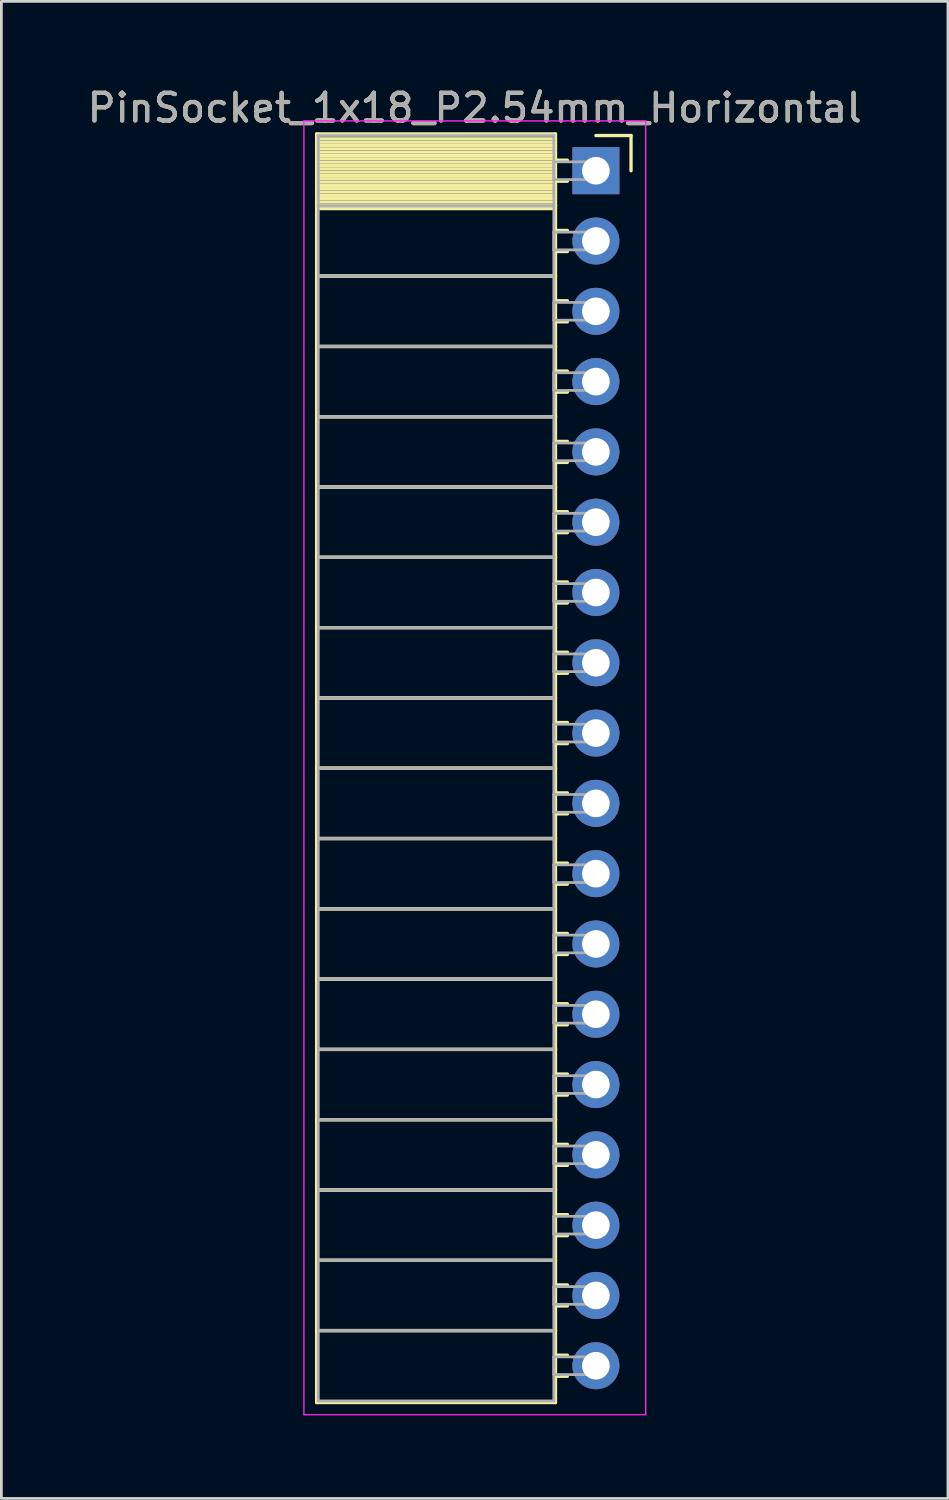
<source format=kicad_pcb>
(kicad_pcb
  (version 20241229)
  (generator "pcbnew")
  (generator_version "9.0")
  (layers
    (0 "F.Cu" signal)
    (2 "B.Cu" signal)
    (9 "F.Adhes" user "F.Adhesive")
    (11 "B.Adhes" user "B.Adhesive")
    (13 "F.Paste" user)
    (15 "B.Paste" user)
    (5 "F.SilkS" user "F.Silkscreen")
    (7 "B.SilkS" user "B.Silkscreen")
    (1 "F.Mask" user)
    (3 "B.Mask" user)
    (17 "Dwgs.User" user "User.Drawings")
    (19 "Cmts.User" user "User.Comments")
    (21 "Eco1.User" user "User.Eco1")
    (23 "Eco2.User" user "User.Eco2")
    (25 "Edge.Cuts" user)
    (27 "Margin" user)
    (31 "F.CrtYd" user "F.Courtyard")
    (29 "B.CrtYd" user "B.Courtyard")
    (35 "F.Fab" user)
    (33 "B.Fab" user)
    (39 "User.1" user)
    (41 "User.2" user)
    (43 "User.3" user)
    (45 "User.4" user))
  (footprint "PinSocket_1x18_P2.54mm_Horizontal"
    (layer "F.Cu")
    (at 18.481 3.118)
    (property "Reference" "PinSocket_1x18_P2.54mm_Horizontal" (at -4.38 -2.27 0) (layer "F.SilkS") (effects (font (size 1 1) (thickness 0.15))))
    (attr through_hole)
    (fp_line (start -10.09 -1.33) (end -1.46 -1.33) (stroke (width 0.12) (type solid)) (layer "F.SilkS"))
    (fp_line (start -10.09 1.27) (end -10.09 -1.33) (stroke (width 0.12) (type solid)) (layer "F.SilkS"))
    (fp_line (start -10.09 1.27) (end -1.46 1.27) (stroke (width 0.12) (type solid)) (layer "F.SilkS"))
    (fp_line (start -10.09 3.81) (end -10.09 1.27) (stroke (width 0.12) (type solid)) (layer "F.SilkS"))
    (fp_line (start -10.09 3.81) (end -1.46 3.81) (stroke (width 0.12) (type solid)) (layer "F.SilkS"))
    (fp_line (start -10.09 6.35) (end -10.09 3.81) (stroke (width 0.12) (type solid)) (layer "F.SilkS"))
    (fp_line (start -10.09 6.35) (end -1.46 6.35) (stroke (width 0.12) (type solid)) (layer "F.SilkS"))
    (fp_line (start -10.09 8.89) (end -10.09 6.35) (stroke (width 0.12) (type solid)) (layer "F.SilkS"))
    (fp_line (start -10.09 8.89) (end -1.46 8.89) (stroke (width 0.12) (type solid)) (layer "F.SilkS"))
    (fp_line (start -10.09 11.43) (end -10.09 8.89) (stroke (width 0.12) (type solid)) (layer "F.SilkS"))
    (fp_line (start -10.09 11.43) (end -1.46 11.43) (stroke (width 0.12) (type solid)) (layer "F.SilkS"))
    (fp_line (start -10.09 13.97) (end -10.09 11.43) (stroke (width 0.12) (type solid)) (layer "F.SilkS"))
    (fp_line (start -10.09 13.97) (end -1.46 13.97) (stroke (width 0.12) (type solid)) (layer "F.SilkS"))
    (fp_line (start -10.09 16.51) (end -10.09 13.97) (stroke (width 0.12) (type solid)) (layer "F.SilkS"))
    (fp_line (start -10.09 16.51) (end -1.46 16.51) (stroke (width 0.12) (type solid)) (layer "F.SilkS"))
    (fp_line (start -10.09 19.05) (end -10.09 16.51) (stroke (width 0.12) (type solid)) (layer "F.SilkS"))
    (fp_line (start -10.09 19.05) (end -1.46 19.05) (stroke (width 0.12) (type solid)) (layer "F.SilkS"))
    (fp_line (start -10.09 21.59) (end -10.09 19.05) (stroke (width 0.12) (type solid)) (layer "F.SilkS"))
    (fp_line (start -10.09 21.59) (end -1.46 21.59) (stroke (width 0.12) (type solid)) (layer "F.SilkS"))
    (fp_line (start -10.09 24.13) (end -10.09 21.59) (stroke (width 0.12) (type solid)) (layer "F.SilkS"))
    (fp_line (start -10.09 24.13) (end -1.46 24.13) (stroke (width 0.12) (type solid)) (layer "F.SilkS"))
    (fp_line (start -10.09 26.67) (end -10.09 24.13) (stroke (width 0.12) (type solid)) (layer "F.SilkS"))
    (fp_line (start -10.09 26.67) (end -1.46 26.67) (stroke (width 0.12) (type solid)) (layer "F.SilkS"))
    (fp_line (start -10.09 29.21) (end -10.09 26.67) (stroke (width 0.12) (type solid)) (layer "F.SilkS"))
    (fp_line (start -10.09 29.21) (end -1.46 29.21) (stroke (width 0.12) (type solid)) (layer "F.SilkS"))
    (fp_line (start -10.09 31.75) (end -10.09 29.21) (stroke (width 0.12) (type solid)) (layer "F.SilkS"))
    (fp_line (start -10.09 31.75) (end -1.46 31.75) (stroke (width 0.12) (type solid)) (layer "F.SilkS"))
    (fp_line (start -10.09 34.29) (end -10.09 31.75) (stroke (width 0.12) (type solid)) (layer "F.SilkS"))
    (fp_line (start -10.09 34.29) (end -1.46 34.29) (stroke (width 0.12) (type solid)) (layer "F.SilkS"))
    (fp_line (start -10.09 36.83) (end -10.09 34.29) (stroke (width 0.12) (type solid)) (layer "F.SilkS"))
    (fp_line (start -10.09 36.83) (end -1.46 36.83) (stroke (width 0.12) (type solid)) (layer "F.SilkS"))
    (fp_line (start -10.09 39.37) (end -10.09 36.83) (stroke (width 0.12) (type solid)) (layer "F.SilkS"))
    (fp_line (start -10.09 39.37) (end -1.46 39.37) (stroke (width 0.12) (type solid)) (layer "F.SilkS"))
    (fp_line (start -10.09 41.91) (end -10.09 39.37) (stroke (width 0.12) (type solid)) (layer "F.SilkS"))
    (fp_line (start -10.09 41.91) (end -1.46 41.91) (stroke (width 0.12) (type solid)) (layer "F.SilkS"))
    (fp_line (start -10.09 44.51) (end -10.09 41.91) (stroke (width 0.12) (type solid)) (layer "F.SilkS"))
    (fp_line (start -1.46 -1.33) (end -1.46 1.27) (stroke (width 0.12) (type solid)) (layer "F.SilkS"))
    (fp_line (start -1.46 -1.15) (end -10.09 -1.15) (stroke (width 0.12) (type solid)) (layer "F.SilkS"))
    (fp_line (start -1.46 -1.03) (end -10.09 -1.03) (stroke (width 0.12) (type solid)) (layer "F.SilkS"))
    (fp_line (start -1.46 -0.91) (end -10.09 -0.91) (stroke (width 0.12) (type solid)) (layer "F.SilkS"))
    (fp_line (start -1.46 -0.79) (end -10.09 -0.79) (stroke (width 0.12) (type solid)) (layer "F.SilkS"))
    (fp_line (start -1.46 -0.67) (end -10.09 -0.67) (stroke (width 0.12) (type solid)) (layer "F.SilkS"))
    (fp_line (start -1.46 -0.55) (end -10.09 -0.55) (stroke (width 0.12) (type solid)) (layer "F.SilkS"))
    (fp_line (start -1.46 -0.43) (end -10.09 -0.43) (stroke (width 0.12) (type solid)) (layer "F.SilkS"))
    (fp_line (start -1.46 -0.31) (end -10.09 -0.31) (stroke (width 0.12) (type solid)) (layer "F.SilkS"))
    (fp_line (start -1.46 -0.19) (end -10.09 -0.19) (stroke (width 0.12) (type solid)) (layer "F.SilkS"))
    (fp_line (start -1.46 -0.07) (end -10.09 -0.07) (stroke (width 0.12) (type solid)) (layer "F.SilkS"))
    (fp_line (start -1.46 0.05) (end -10.09 0.05) (stroke (width 0.12) (type solid)) (layer "F.SilkS"))
    (fp_line (start -1.46 0.17) (end -10.09 0.17) (stroke (width 0.12) (type solid)) (layer "F.SilkS"))
    (fp_line (start -1.46 0.29) (end -10.09 0.29) (stroke (width 0.12) (type solid)) (layer "F.SilkS"))
    (fp_line (start -1.46 0.41) (end -10.09 0.41) (stroke (width 0.12) (type solid)) (layer "F.SilkS"))
    (fp_line (start -1.46 0.53) (end -10.09 0.53) (stroke (width 0.12) (type solid)) (layer "F.SilkS"))
    (fp_line (start -1.46 0.65) (end -10.09 0.65) (stroke (width 0.12) (type solid)) (layer "F.SilkS"))
    (fp_line (start -1.46 0.77) (end -10.09 0.77) (stroke (width 0.12) (type solid)) (layer "F.SilkS"))
    (fp_line (start -1.46 0.89) (end -10.09 0.89) (stroke (width 0.12) (type solid)) (layer "F.SilkS"))
    (fp_line (start -1.46 1.01) (end -10.09 1.01) (stroke (width 0.12) (type solid)) (layer "F.SilkS"))
    (fp_line (start -1.46 1.13) (end -10.09 1.13) (stroke (width 0.12) (type solid)) (layer "F.SilkS"))
    (fp_line (start -1.46 1.25) (end -10.09 1.25) (stroke (width 0.12) (type solid)) (layer "F.SilkS"))
    (fp_line (start -1.46 1.27) (end -10.09 1.27) (stroke (width 0.12) (type solid)) (layer "F.SilkS"))
    (fp_line (start -1.46 1.27) (end -1.46 3.81) (stroke (width 0.12) (type solid)) (layer "F.SilkS"))
    (fp_line (start -1.46 1.37) (end -10.09 1.37) (stroke (width 0.12) (type solid)) (layer "F.SilkS"))
    (fp_line (start -1.46 3.81) (end -10.09 3.81) (stroke (width 0.12) (type solid)) (layer "F.SilkS"))
    (fp_line (start -1.46 3.81) (end -1.46 6.35) (stroke (width 0.12) (type solid)) (layer "F.SilkS"))
    (fp_line (start -1.46 6.35) (end -10.09 6.35) (stroke (width 0.12) (type solid)) (layer "F.SilkS"))
    (fp_line (start -1.46 6.35) (end -1.46 8.89) (stroke (width 0.12) (type solid)) (layer "F.SilkS"))
    (fp_line (start -1.46 8.89) (end -10.09 8.89) (stroke (width 0.12) (type solid)) (layer "F.SilkS"))
    (fp_line (start -1.46 8.89) (end -1.46 11.43) (stroke (width 0.12) (type solid)) (layer "F.SilkS"))
    (fp_line (start -1.46 11.43) (end -10.09 11.43) (stroke (width 0.12) (type solid)) (layer "F.SilkS"))
    (fp_line (start -1.46 11.43) (end -1.46 13.97) (stroke (width 0.12) (type solid)) (layer "F.SilkS"))
    (fp_line (start -1.46 13.97) (end -10.09 13.97) (stroke (width 0.12) (type solid)) (layer "F.SilkS"))
    (fp_line (start -1.46 13.97) (end -1.46 16.51) (stroke (width 0.12) (type solid)) (layer "F.SilkS"))
    (fp_line (start -1.46 16.51) (end -10.09 16.51) (stroke (width 0.12) (type solid)) (layer "F.SilkS"))
    (fp_line (start -1.46 16.51) (end -1.46 19.05) (stroke (width 0.12) (type solid)) (layer "F.SilkS"))
    (fp_line (start -1.46 19.05) (end -10.09 19.05) (stroke (width 0.12) (type solid)) (layer "F.SilkS"))
    (fp_line (start -1.46 19.05) (end -1.46 21.59) (stroke (width 0.12) (type solid)) (layer "F.SilkS"))
    (fp_line (start -1.46 21.59) (end -10.09 21.59) (stroke (width 0.12) (type solid)) (layer "F.SilkS"))
    (fp_line (start -1.46 21.59) (end -1.46 24.13) (stroke (width 0.12) (type solid)) (layer "F.SilkS"))
    (fp_line (start -1.46 24.13) (end -10.09 24.13) (stroke (width 0.12) (type solid)) (layer "F.SilkS"))
    (fp_line (start -1.46 24.13) (end -1.46 26.67) (stroke (width 0.12) (type solid)) (layer "F.SilkS"))
    (fp_line (start -1.46 26.67) (end -10.09 26.67) (stroke (width 0.12) (type solid)) (layer "F.SilkS"))
    (fp_line (start -1.46 26.67) (end -1.46 29.21) (stroke (width 0.12) (type solid)) (layer "F.SilkS"))
    (fp_line (start -1.46 29.21) (end -10.09 29.21) (stroke (width 0.12) (type solid)) (layer "F.SilkS"))
    (fp_line (start -1.46 29.21) (end -1.46 31.75) (stroke (width 0.12) (type solid)) (layer "F.SilkS"))
    (fp_line (start -1.46 31.75) (end -10.09 31.75) (stroke (width 0.12) (type solid)) (layer "F.SilkS"))
    (fp_line (start -1.46 31.75) (end -1.46 34.29) (stroke (width 0.12) (type solid)) (layer "F.SilkS"))
    (fp_line (start -1.46 34.29) (end -10.09 34.29) (stroke (width 0.12) (type solid)) (layer "F.SilkS"))
    (fp_line (start -1.46 34.29) (end -1.46 36.83) (stroke (width 0.12) (type solid)) (layer "F.SilkS"))
    (fp_line (start -1.46 36.83) (end -10.09 36.83) (stroke (width 0.12) (type solid)) (layer "F.SilkS"))
    (fp_line (start -1.46 36.83) (end -1.46 39.37) (stroke (width 0.12) (type solid)) (layer "F.SilkS"))
    (fp_line (start -1.46 39.37) (end -10.09 39.37) (stroke (width 0.12) (type solid)) (layer "F.SilkS"))
    (fp_line (start -1.46 39.37) (end -1.46 41.91) (stroke (width 0.12) (type solid)) (layer "F.SilkS"))
    (fp_line (start -1.46 41.91) (end -10.09 41.91) (stroke (width 0.12) (type solid)) (layer "F.SilkS"))
    (fp_line (start -1.46 41.91) (end -1.46 44.51) (stroke (width 0.12) (type solid)) (layer "F.SilkS"))
    (fp_line (start -1.46 44.51) (end -10.09 44.51) (stroke (width 0.12) (type solid)) (layer "F.SilkS"))
    (fp_line (start -1.03 -0.38) (end -1.46 -0.38) (stroke (width 0.12) (type solid)) (layer "F.SilkS"))
    (fp_line (start -1.03 0.38) (end -1.46 0.38) (stroke (width 0.12) (type solid)) (layer "F.SilkS"))
    (fp_line (start -1.03 2.16) (end -1.46 2.16) (stroke (width 0.12) (type solid)) (layer "F.SilkS"))
    (fp_line (start -1.03 2.92) (end -1.46 2.92) (stroke (width 0.12) (type solid)) (layer "F.SilkS"))
    (fp_line (start -1.03 4.7) (end -1.46 4.7) (stroke (width 0.12) (type solid)) (layer "F.SilkS"))
    (fp_line (start -1.03 5.46) (end -1.46 5.46) (stroke (width 0.12) (type solid)) (layer "F.SilkS"))
    (fp_line (start -1.03 7.24) (end -1.46 7.24) (stroke (width 0.12) (type solid)) (layer "F.SilkS"))
    (fp_line (start -1.03 8) (end -1.46 8) (stroke (width 0.12) (type solid)) (layer "F.SilkS"))
    (fp_line (start -1.03 9.78) (end -1.46 9.78) (stroke (width 0.12) (type solid)) (layer "F.SilkS"))
    (fp_line (start -1.03 10.54) (end -1.46 10.54) (stroke (width 0.12) (type solid)) (layer "F.SilkS"))
    (fp_line (start -1.03 12.32) (end -1.46 12.32) (stroke (width 0.12) (type solid)) (layer "F.SilkS"))
    (fp_line (start -1.03 13.08) (end -1.46 13.08) (stroke (width 0.12) (type solid)) (layer "F.SilkS"))
    (fp_line (start -1.03 14.86) (end -1.46 14.86) (stroke (width 0.12) (type solid)) (layer "F.SilkS"))
    (fp_line (start -1.03 15.62) (end -1.46 15.62) (stroke (width 0.12) (type solid)) (layer "F.SilkS"))
    (fp_line (start -1.03 17.4) (end -1.46 17.4) (stroke (width 0.12) (type solid)) (layer "F.SilkS"))
    (fp_line (start -1.03 18.16) (end -1.46 18.16) (stroke (width 0.12) (type solid)) (layer "F.SilkS"))
    (fp_line (start -1.03 19.94) (end -1.46 19.94) (stroke (width 0.12) (type solid)) (layer "F.SilkS"))
    (fp_line (start -1.03 20.7) (end -1.46 20.7) (stroke (width 0.12) (type solid)) (layer "F.SilkS"))
    (fp_line (start -1.03 22.48) (end -1.46 22.48) (stroke (width 0.12) (type solid)) (layer "F.SilkS"))
    (fp_line (start -1.03 23.24) (end -1.46 23.24) (stroke (width 0.12) (type solid)) (layer "F.SilkS"))
    (fp_line (start -1.03 25.02) (end -1.46 25.02) (stroke (width 0.12) (type solid)) (layer "F.SilkS"))
    (fp_line (start -1.03 25.78) (end -1.46 25.78) (stroke (width 0.12) (type solid)) (layer "F.SilkS"))
    (fp_line (start -1.03 27.56) (end -1.46 27.56) (stroke (width 0.12) (type solid)) (layer "F.SilkS"))
    (fp_line (start -1.03 28.32) (end -1.46 28.32) (stroke (width 0.12) (type solid)) (layer "F.SilkS"))
    (fp_line (start -1.03 30.1) (end -1.46 30.1) (stroke (width 0.12) (type solid)) (layer "F.SilkS"))
    (fp_line (start -1.03 30.86) (end -1.46 30.86) (stroke (width 0.12) (type solid)) (layer "F.SilkS"))
    (fp_line (start -1.03 32.64) (end -1.46 32.64) (stroke (width 0.12) (type solid)) (layer "F.SilkS"))
    (fp_line (start -1.03 33.4) (end -1.46 33.4) (stroke (width 0.12) (type solid)) (layer "F.SilkS"))
    (fp_line (start -1.03 35.18) (end -1.46 35.18) (stroke (width 0.12) (type solid)) (layer "F.SilkS"))
    (fp_line (start -1.03 35.94) (end -1.46 35.94) (stroke (width 0.12) (type solid)) (layer "F.SilkS"))
    (fp_line (start -1.03 37.72) (end -1.46 37.72) (stroke (width 0.12) (type solid)) (layer "F.SilkS"))
    (fp_line (start -1.03 38.48) (end -1.46 38.48) (stroke (width 0.12) (type solid)) (layer "F.SilkS"))
    (fp_line (start -1.03 40.26) (end -1.46 40.26) (stroke (width 0.12) (type solid)) (layer "F.SilkS"))
    (fp_line (start -1.03 41.02) (end -1.46 41.02) (stroke (width 0.12) (type solid)) (layer "F.SilkS"))
    (fp_line (start -1.03 42.8) (end -1.46 42.8) (stroke (width 0.12) (type solid)) (layer "F.SilkS"))
    (fp_line (start -1.03 43.56) (end -1.46 43.56) (stroke (width 0.12) (type solid)) (layer "F.SilkS"))
    (fp_line (start 0 -1.27) (end 1.27 -1.27) (stroke (width 0.12) (type solid)) (layer "F.SilkS"))
    (fp_line (start 1.27 -1.27) (end 1.27 0) (stroke (width 0.12) (type solid)) (layer "F.SilkS"))
    (fp_line (start -10.55 -1.8) (end 1.8 -1.8) (stroke (width 0.05) (type solid)) (layer "F.CrtYd"))
    (fp_line (start -10.55 44.95) (end -10.55 -1.8) (stroke (width 0.05) (type solid)) (layer "F.CrtYd"))
    (fp_line (start 1.8 -1.8) (end 1.8 44.95) (stroke (width 0.05) (type solid)) (layer "F.CrtYd"))
    (fp_line (start 1.8 44.95) (end -10.55 44.95) (stroke (width 0.05) (type solid)) (layer "F.CrtYd"))
    (fp_line (start -10.03 -1.27) (end -1.52 -1.27) (stroke (width 0.1) (type solid)) (layer "F.Fab"))
    (fp_line (start -10.03 1.27) (end -10.03 -1.27) (stroke (width 0.1) (type solid)) (layer "F.Fab"))
    (fp_line (start -10.03 1.27) (end -1.52 1.27) (stroke (width 0.1) (type solid)) (layer "F.Fab"))
    (fp_line (start -10.03 3.81) (end -10.03 1.27) (stroke (width 0.1) (type solid)) (layer "F.Fab"))
    (fp_line (start -10.03 3.81) (end -1.52 3.81) (stroke (width 0.1) (type solid)) (layer "F.Fab"))
    (fp_line (start -10.03 6.35) (end -10.03 3.81) (stroke (width 0.1) (type solid)) (layer "F.Fab"))
    (fp_line (start -10.03 6.35) (end -1.52 6.35) (stroke (width 0.1) (type solid)) (layer "F.Fab"))
    (fp_line (start -10.03 8.89) (end -10.03 6.35) (stroke (width 0.1) (type solid)) (layer "F.Fab"))
    (fp_line (start -10.03 8.89) (end -1.52 8.89) (stroke (width 0.1) (type solid)) (layer "F.Fab"))
    (fp_line (start -10.03 11.43) (end -10.03 8.89) (stroke (width 0.1) (type solid)) (layer "F.Fab"))
    (fp_line (start -10.03 11.43) (end -1.52 11.43) (stroke (width 0.1) (type solid)) (layer "F.Fab"))
    (fp_line (start -10.03 13.97) (end -10.03 11.43) (stroke (width 0.1) (type solid)) (layer "F.Fab"))
    (fp_line (start -10.03 13.97) (end -1.52 13.97) (stroke (width 0.1) (type solid)) (layer "F.Fab"))
    (fp_line (start -10.03 16.51) (end -10.03 13.97) (stroke (width 0.1) (type solid)) (layer "F.Fab"))
    (fp_line (start -10.03 16.51) (end -1.52 16.51) (stroke (width 0.1) (type solid)) (layer "F.Fab"))
    (fp_line (start -10.03 19.05) (end -10.03 16.51) (stroke (width 0.1) (type solid)) (layer "F.Fab"))
    (fp_line (start -10.03 19.05) (end -1.52 19.05) (stroke (width 0.1) (type solid)) (layer "F.Fab"))
    (fp_line (start -10.03 21.59) (end -10.03 19.05) (stroke (width 0.1) (type solid)) (layer "F.Fab"))
    (fp_line (start -10.03 21.59) (end -1.52 21.59) (stroke (width 0.1) (type solid)) (layer "F.Fab"))
    (fp_line (start -10.03 24.13) (end -10.03 21.59) (stroke (width 0.1) (type solid)) (layer "F.Fab"))
    (fp_line (start -10.03 24.13) (end -1.52 24.13) (stroke (width 0.1) (type solid)) (layer "F.Fab"))
    (fp_line (start -10.03 26.67) (end -10.03 24.13) (stroke (width 0.1) (type solid)) (layer "F.Fab"))
    (fp_line (start -10.03 26.67) (end -1.52 26.67) (stroke (width 0.1) (type solid)) (layer "F.Fab"))
    (fp_line (start -10.03 29.21) (end -10.03 26.67) (stroke (width 0.1) (type solid)) (layer "F.Fab"))
    (fp_line (start -10.03 29.21) (end -1.52 29.21) (stroke (width 0.1) (type solid)) (layer "F.Fab"))
    (fp_line (start -10.03 31.75) (end -10.03 29.21) (stroke (width 0.1) (type solid)) (layer "F.Fab"))
    (fp_line (start -10.03 31.75) (end -1.52 31.75) (stroke (width 0.1) (type solid)) (layer "F.Fab"))
    (fp_line (start -10.03 34.29) (end -10.03 31.75) (stroke (width 0.1) (type solid)) (layer "F.Fab"))
    (fp_line (start -10.03 34.29) (end -1.52 34.29) (stroke (width 0.1) (type solid)) (layer "F.Fab"))
    (fp_line (start -10.03 36.83) (end -10.03 34.29) (stroke (width 0.1) (type solid)) (layer "F.Fab"))
    (fp_line (start -10.03 36.83) (end -1.52 36.83) (stroke (width 0.1) (type solid)) (layer "F.Fab"))
    (fp_line (start -10.03 39.37) (end -10.03 36.83) (stroke (width 0.1) (type solid)) (layer "F.Fab"))
    (fp_line (start -10.03 39.37) (end -1.52 39.37) (stroke (width 0.1) (type solid)) (layer "F.Fab"))
    (fp_line (start -10.03 41.91) (end -10.03 39.37) (stroke (width 0.1) (type solid)) (layer "F.Fab"))
    (fp_line (start -10.03 41.91) (end -1.52 41.91) (stroke (width 0.1) (type solid)) (layer "F.Fab"))
    (fp_line (start -10.03 44.45) (end -10.03 41.91) (stroke (width 0.1) (type solid)) (layer "F.Fab"))
    (fp_line (start -1.52 -1.27) (end -1.52 1.27) (stroke (width 0.1) (type solid)) (layer "F.Fab"))
    (fp_line (start -1.52 -0.32) (end 0 -0.32) (stroke (width 0.1) (type solid)) (layer "F.Fab"))
    (fp_line (start -1.52 0.32) (end -1.52 -0.32) (stroke (width 0.1) (type solid)) (layer "F.Fab"))
    (fp_line (start -1.52 1.27) (end -10.03 1.27) (stroke (width 0.1) (type solid)) (layer "F.Fab"))
    (fp_line (start -1.52 1.27) (end -1.52 3.81) (stroke (width 0.1) (type solid)) (layer "F.Fab"))
    (fp_line (start -1.52 2.22) (end 0 2.22) (stroke (width 0.1) (type solid)) (layer "F.Fab"))
    (fp_line (start -1.52 2.86) (end -1.52 2.22) (stroke (width 0.1) (type solid)) (layer "F.Fab"))
    (fp_line (start -1.52 3.81) (end -10.03 3.81) (stroke (width 0.1) (type solid)) (layer "F.Fab"))
    (fp_line (start -1.52 3.81) (end -1.52 6.35) (stroke (width 0.1) (type solid)) (layer "F.Fab"))
    (fp_line (start -1.52 4.76) (end 0 4.76) (stroke (width 0.1) (type solid)) (layer "F.Fab"))
    (fp_line (start -1.52 5.4) (end -1.52 4.76) (stroke (width 0.1) (type solid)) (layer "F.Fab"))
    (fp_line (start -1.52 6.35) (end -10.03 6.35) (stroke (width 0.1) (type solid)) (layer "F.Fab"))
    (fp_line (start -1.52 6.35) (end -1.52 8.89) (stroke (width 0.1) (type solid)) (layer "F.Fab"))
    (fp_line (start -1.52 7.3) (end 0 7.3) (stroke (width 0.1) (type solid)) (layer "F.Fab"))
    (fp_line (start -1.52 7.94) (end -1.52 7.3) (stroke (width 0.1) (type solid)) (layer "F.Fab"))
    (fp_line (start -1.52 8.89) (end -10.03 8.89) (stroke (width 0.1) (type solid)) (layer "F.Fab"))
    (fp_line (start -1.52 8.89) (end -1.52 11.43) (stroke (width 0.1) (type solid)) (layer "F.Fab"))
    (fp_line (start -1.52 9.84) (end 0 9.84) (stroke (width 0.1) (type solid)) (layer "F.Fab"))
    (fp_line (start -1.52 10.48) (end -1.52 9.84) (stroke (width 0.1) (type solid)) (layer "F.Fab"))
    (fp_line (start -1.52 11.43) (end -10.03 11.43) (stroke (width 0.1) (type solid)) (layer "F.Fab"))
    (fp_line (start -1.52 11.43) (end -1.52 13.97) (stroke (width 0.1) (type solid)) (layer "F.Fab"))
    (fp_line (start -1.52 12.38) (end 0 12.38) (stroke (width 0.1) (type solid)) (layer "F.Fab"))
    (fp_line (start -1.52 13.02) (end -1.52 12.38) (stroke (width 0.1) (type solid)) (layer "F.Fab"))
    (fp_line (start -1.52 13.97) (end -10.03 13.97) (stroke (width 0.1) (type solid)) (layer "F.Fab"))
    (fp_line (start -1.52 13.97) (end -1.52 16.51) (stroke (width 0.1) (type solid)) (layer "F.Fab"))
    (fp_line (start -1.52 14.92) (end 0 14.92) (stroke (width 0.1) (type solid)) (layer "F.Fab"))
    (fp_line (start -1.52 15.56) (end -1.52 14.92) (stroke (width 0.1) (type solid)) (layer "F.Fab"))
    (fp_line (start -1.52 16.51) (end -10.03 16.51) (stroke (width 0.1) (type solid)) (layer "F.Fab"))
    (fp_line (start -1.52 16.51) (end -1.52 19.05) (stroke (width 0.1) (type solid)) (layer "F.Fab"))
    (fp_line (start -1.52 17.46) (end 0 17.46) (stroke (width 0.1) (type solid)) (layer "F.Fab"))
    (fp_line (start -1.52 18.1) (end -1.52 17.46) (stroke (width 0.1) (type solid)) (layer "F.Fab"))
    (fp_line (start -1.52 19.05) (end -10.03 19.05) (stroke (width 0.1) (type solid)) (layer "F.Fab"))
    (fp_line (start -1.52 19.05) (end -1.52 21.59) (stroke (width 0.1) (type solid)) (layer "F.Fab"))
    (fp_line (start -1.52 20) (end 0 20) (stroke (width 0.1) (type solid)) (layer "F.Fab"))
    (fp_line (start -1.52 20.64) (end -1.52 20) (stroke (width 0.1) (type solid)) (layer "F.Fab"))
    (fp_line (start -1.52 21.59) (end -10.03 21.59) (stroke (width 0.1) (type solid)) (layer "F.Fab"))
    (fp_line (start -1.52 21.59) (end -1.52 24.13) (stroke (width 0.1) (type solid)) (layer "F.Fab"))
    (fp_line (start -1.52 22.54) (end 0 22.54) (stroke (width 0.1) (type solid)) (layer "F.Fab"))
    (fp_line (start -1.52 23.18) (end -1.52 22.54) (stroke (width 0.1) (type solid)) (layer "F.Fab"))
    (fp_line (start -1.52 24.13) (end -10.03 24.13) (stroke (width 0.1) (type solid)) (layer "F.Fab"))
    (fp_line (start -1.52 24.13) (end -1.52 26.67) (stroke (width 0.1) (type solid)) (layer "F.Fab"))
    (fp_line (start -1.52 25.08) (end 0 25.08) (stroke (width 0.1) (type solid)) (layer "F.Fab"))
    (fp_line (start -1.52 25.72) (end -1.52 25.08) (stroke (width 0.1) (type solid)) (layer "F.Fab"))
    (fp_line (start -1.52 26.67) (end -10.03 26.67) (stroke (width 0.1) (type solid)) (layer "F.Fab"))
    (fp_line (start -1.52 26.67) (end -1.52 29.21) (stroke (width 0.1) (type solid)) (layer "F.Fab"))
    (fp_line (start -1.52 27.62) (end 0 27.62) (stroke (width 0.1) (type solid)) (layer "F.Fab"))
    (fp_line (start -1.52 28.26) (end -1.52 27.62) (stroke (width 0.1) (type solid)) (layer "F.Fab"))
    (fp_line (start -1.52 29.21) (end -10.03 29.21) (stroke (width 0.1) (type solid)) (layer "F.Fab"))
    (fp_line (start -1.52 29.21) (end -1.52 31.75) (stroke (width 0.1) (type solid)) (layer "F.Fab"))
    (fp_line (start -1.52 30.16) (end 0 30.16) (stroke (width 0.1) (type solid)) (layer "F.Fab"))
    (fp_line (start -1.52 30.8) (end -1.52 30.16) (stroke (width 0.1) (type solid)) (layer "F.Fab"))
    (fp_line (start -1.52 31.75) (end -10.03 31.75) (stroke (width 0.1) (type solid)) (layer "F.Fab"))
    (fp_line (start -1.52 31.75) (end -1.52 34.29) (stroke (width 0.1) (type solid)) (layer "F.Fab"))
    (fp_line (start -1.52 32.7) (end 0 32.7) (stroke (width 0.1) (type solid)) (layer "F.Fab"))
    (fp_line (start -1.52 33.34) (end -1.52 32.7) (stroke (width 0.1) (type solid)) (layer "F.Fab"))
    (fp_line (start -1.52 34.29) (end -10.03 34.29) (stroke (width 0.1) (type solid)) (layer "F.Fab"))
    (fp_line (start -1.52 34.29) (end -1.52 36.83) (stroke (width 0.1) (type solid)) (layer "F.Fab"))
    (fp_line (start -1.52 35.24) (end 0 35.24) (stroke (width 0.1) (type solid)) (layer "F.Fab"))
    (fp_line (start -1.52 35.88) (end -1.52 35.24) (stroke (width 0.1) (type solid)) (layer "F.Fab"))
    (fp_line (start -1.52 36.83) (end -10.03 36.83) (stroke (width 0.1) (type solid)) (layer "F.Fab"))
    (fp_line (start -1.52 36.83) (end -1.52 39.37) (stroke (width 0.1) (type solid)) (layer "F.Fab"))
    (fp_line (start -1.52 37.78) (end 0 37.78) (stroke (width 0.1) (type solid)) (layer "F.Fab"))
    (fp_line (start -1.52 38.42) (end -1.52 37.78) (stroke (width 0.1) (type solid)) (layer "F.Fab"))
    (fp_line (start -1.52 39.37) (end -10.03 39.37) (stroke (width 0.1) (type solid)) (layer "F.Fab"))
    (fp_line (start -1.52 39.37) (end -1.52 41.91) (stroke (width 0.1) (type solid)) (layer "F.Fab"))
    (fp_line (start -1.52 40.32) (end 0 40.32) (stroke (width 0.1) (type solid)) (layer "F.Fab"))
    (fp_line (start -1.52 40.96) (end -1.52 40.32) (stroke (width 0.1) (type solid)) (layer "F.Fab"))
    (fp_line (start -1.52 41.91) (end -10.03 41.91) (stroke (width 0.1) (type solid)) (layer "F.Fab"))
    (fp_line (start -1.52 41.91) (end -1.52 44.45) (stroke (width 0.1) (type solid)) (layer "F.Fab"))
    (fp_line (start -1.52 42.86) (end 0 42.86) (stroke (width 0.1) (type solid)) (layer "F.Fab"))
    (fp_line (start -1.52 43.5) (end -1.52 42.86) (stroke (width 0.1) (type solid)) (layer "F.Fab"))
    (fp_line (start -1.52 44.45) (end -10.03 44.45) (stroke (width 0.1) (type solid)) (layer "F.Fab"))
    (fp_line (start 0 -0.32) (end 0 0.32) (stroke (width 0.1) (type solid)) (layer "F.Fab"))
    (fp_line (start 0 0.32) (end -1.52 0.32) (stroke (width 0.1) (type solid)) (layer "F.Fab"))
    (fp_line (start 0 2.22) (end 0 2.86) (stroke (width 0.1) (type solid)) (layer "F.Fab"))
    (fp_line (start 0 2.86) (end -1.52 2.86) (stroke (width 0.1) (type solid)) (layer "F.Fab"))
    (fp_line (start 0 4.76) (end 0 5.4) (stroke (width 0.1) (type solid)) (layer "F.Fab"))
    (fp_line (start 0 5.4) (end -1.52 5.4) (stroke (width 0.1) (type solid)) (layer "F.Fab"))
    (fp_line (start 0 7.3) (end 0 7.94) (stroke (width 0.1) (type solid)) (layer "F.Fab"))
    (fp_line (start 0 7.94) (end -1.52 7.94) (stroke (width 0.1) (type solid)) (layer "F.Fab"))
    (fp_line (start 0 9.84) (end 0 10.48) (stroke (width 0.1) (type solid)) (layer "F.Fab"))
    (fp_line (start 0 10.48) (end -1.52 10.48) (stroke (width 0.1) (type solid)) (layer "F.Fab"))
    (fp_line (start 0 12.38) (end 0 13.02) (stroke (width 0.1) (type solid)) (layer "F.Fab"))
    (fp_line (start 0 13.02) (end -1.52 13.02) (stroke (width 0.1) (type solid)) (layer "F.Fab"))
    (fp_line (start 0 14.92) (end 0 15.56) (stroke (width 0.1) (type solid)) (layer "F.Fab"))
    (fp_line (start 0 15.56) (end -1.52 15.56) (stroke (width 0.1) (type solid)) (layer "F.Fab"))
    (fp_line (start 0 17.46) (end 0 18.1) (stroke (width 0.1) (type solid)) (layer "F.Fab"))
    (fp_line (start 0 18.1) (end -1.52 18.1) (stroke (width 0.1) (type solid)) (layer "F.Fab"))
    (fp_line (start 0 20) (end 0 20.64) (stroke (width 0.1) (type solid)) (layer "F.Fab"))
    (fp_line (start 0 20.64) (end -1.52 20.64) (stroke (width 0.1) (type solid)) (layer "F.Fab"))
    (fp_line (start 0 22.54) (end 0 23.18) (stroke (width 0.1) (type solid)) (layer "F.Fab"))
    (fp_line (start 0 23.18) (end -1.52 23.18) (stroke (width 0.1) (type solid)) (layer "F.Fab"))
    (fp_line (start 0 25.08) (end 0 25.72) (stroke (width 0.1) (type solid)) (layer "F.Fab"))
    (fp_line (start 0 25.72) (end -1.52 25.72) (stroke (width 0.1) (type solid)) (layer "F.Fab"))
    (fp_line (start 0 27.62) (end 0 28.26) (stroke (width 0.1) (type solid)) (layer "F.Fab"))
    (fp_line (start 0 28.26) (end -1.52 28.26) (stroke (width 0.1) (type solid)) (layer "F.Fab"))
    (fp_line (start 0 30.16) (end 0 30.8) (stroke (width 0.1) (type solid)) (layer "F.Fab"))
    (fp_line (start 0 30.8) (end -1.52 30.8) (stroke (width 0.1) (type solid)) (layer "F.Fab"))
    (fp_line (start 0 32.7) (end 0 33.34) (stroke (width 0.1) (type solid)) (layer "F.Fab"))
    (fp_line (start 0 33.34) (end -1.52 33.34) (stroke (width 0.1) (type solid)) (layer "F.Fab"))
    (fp_line (start 0 35.24) (end 0 35.88) (stroke (width 0.1) (type solid)) (layer "F.Fab"))
    (fp_line (start 0 35.88) (end -1.52 35.88) (stroke (width 0.1) (type solid)) (layer "F.Fab"))
    (fp_line (start 0 37.78) (end 0 38.42) (stroke (width 0.1) (type solid)) (layer "F.Fab"))
    (fp_line (start 0 38.42) (end -1.52 38.42) (stroke (width 0.1) (type solid)) (layer "F.Fab"))
    (fp_line (start 0 40.32) (end 0 40.96) (stroke (width 0.1) (type solid)) (layer "F.Fab"))
    (fp_line (start 0 40.96) (end -1.52 40.96) (stroke (width 0.1) (type solid)) (layer "F.Fab"))
    (fp_line (start 0 42.86) (end 0 43.5) (stroke (width 0.1) (type solid)) (layer "F.Fab"))
    (fp_line (start 0 43.5) (end -1.52 43.5) (stroke (width 0.1) (type solid)) (layer "F.Fab"))
    (fp_text user "${REFERENCE}" (at -4.38 -2.27 0) (layer "F.Fab") (effects (font (size 1 1) (thickness 0.15))))
    (pad "1" thru_hole rect (at 0 0) (size 1.7 1.7) (drill 1) (layers "*.Cu" "*.Mask"))
    (pad "2" thru_hole oval (at 0 2.54) (size 1.7 1.7) (drill 1) (layers "*.Cu" "*.Mask"))
    (pad "3" thru_hole oval (at 0 5.08) (size 1.7 1.7) (drill 1) (layers "*.Cu" "*.Mask"))
    (pad "4" thru_hole oval (at 0 7.62) (size 1.7 1.7) (drill 1) (layers "*.Cu" "*.Mask"))
    (pad "5" thru_hole oval (at 0 10.16) (size 1.7 1.7) (drill 1) (layers "*.Cu" "*.Mask"))
    (pad "6" thru_hole oval (at 0 12.7) (size 1.7 1.7) (drill 1) (layers "*.Cu" "*.Mask"))
    (pad "7" thru_hole oval (at 0 15.24) (size 1.7 1.7) (drill 1) (layers "*.Cu" "*.Mask"))
    (pad "8" thru_hole oval (at 0 17.78) (size 1.7 1.7) (drill 1) (layers "*.Cu" "*.Mask"))
    (pad "9" thru_hole oval (at 0 20.32) (size 1.7 1.7) (drill 1) (layers "*.Cu" "*.Mask"))
    (pad "10" thru_hole oval (at 0 22.86) (size 1.7 1.7) (drill 1) (layers "*.Cu" "*.Mask"))
    (pad "11" thru_hole oval (at 0 25.4) (size 1.7 1.7) (drill 1) (layers "*.Cu" "*.Mask"))
    (pad "12" thru_hole oval (at 0 27.94) (size 1.7 1.7) (drill 1) (layers "*.Cu" "*.Mask"))
    (pad "13" thru_hole oval (at 0 30.48) (size 1.7 1.7) (drill 1) (layers "*.Cu" "*.Mask"))
    (pad "14" thru_hole oval (at 0 33.02) (size 1.7 1.7) (drill 1) (layers "*.Cu" "*.Mask"))
    (pad "15" thru_hole oval (at 0 35.56) (size 1.7 1.7) (drill 1) (layers "*.Cu" "*.Mask"))
    (pad "16" thru_hole oval (at 0 38.1) (size 1.7 1.7) (drill 1) (layers "*.Cu" "*.Mask"))
    (pad "17" thru_hole oval (at 0 40.64) (size 1.7 1.7) (drill 1) (layers "*.Cu" "*.Mask"))
    (pad "18" thru_hole oval (at 0 43.18) (size 1.7 1.7) (drill 1) (layers "*.Cu" "*.Mask")))
  (gr_rect
    (start -3 -3)
    (end 31.202 51.093)
    (stroke (width 0.1) (type default))
    (fill no)
    (layer "Edge.Cuts")))
</source>
